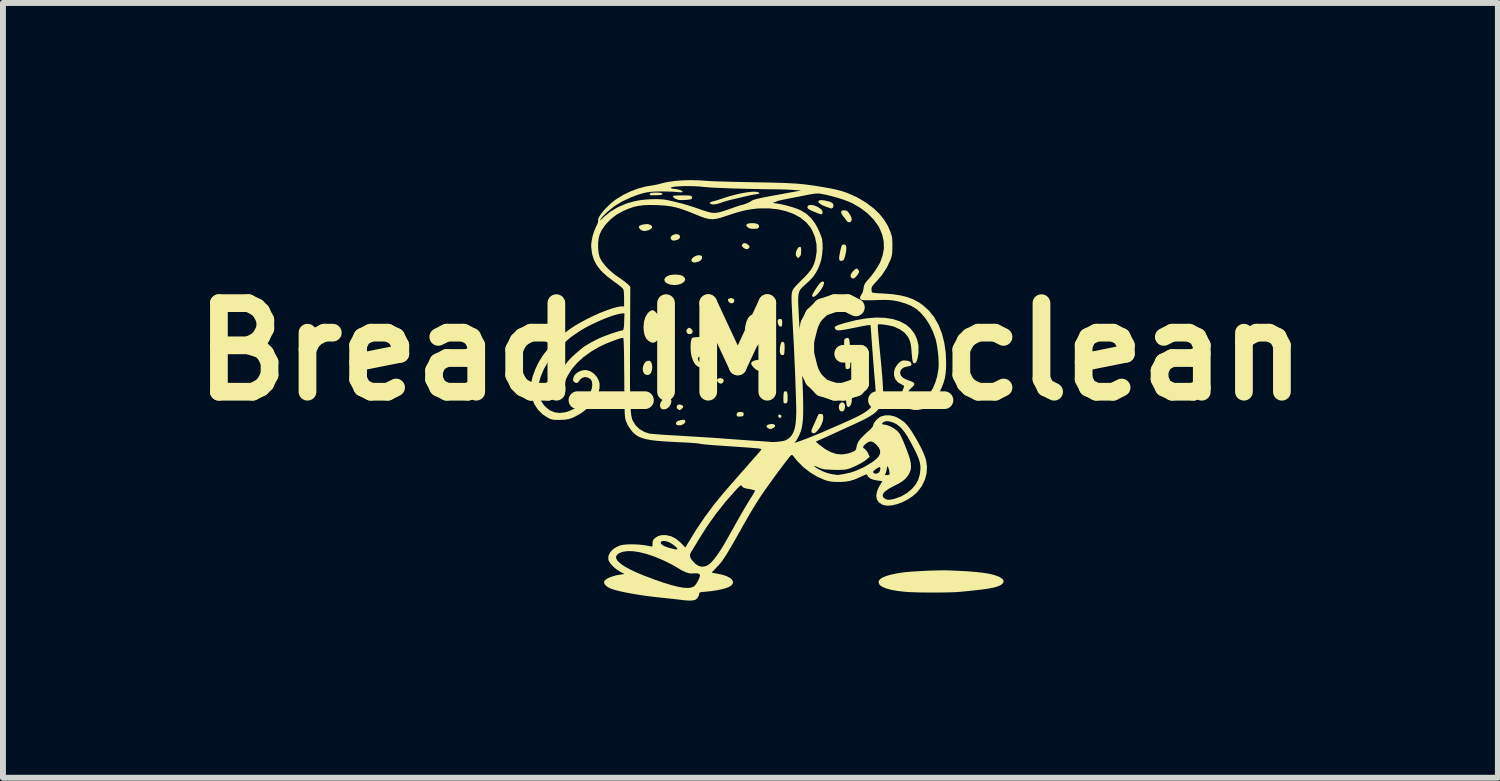
<source format=kicad_pcb>
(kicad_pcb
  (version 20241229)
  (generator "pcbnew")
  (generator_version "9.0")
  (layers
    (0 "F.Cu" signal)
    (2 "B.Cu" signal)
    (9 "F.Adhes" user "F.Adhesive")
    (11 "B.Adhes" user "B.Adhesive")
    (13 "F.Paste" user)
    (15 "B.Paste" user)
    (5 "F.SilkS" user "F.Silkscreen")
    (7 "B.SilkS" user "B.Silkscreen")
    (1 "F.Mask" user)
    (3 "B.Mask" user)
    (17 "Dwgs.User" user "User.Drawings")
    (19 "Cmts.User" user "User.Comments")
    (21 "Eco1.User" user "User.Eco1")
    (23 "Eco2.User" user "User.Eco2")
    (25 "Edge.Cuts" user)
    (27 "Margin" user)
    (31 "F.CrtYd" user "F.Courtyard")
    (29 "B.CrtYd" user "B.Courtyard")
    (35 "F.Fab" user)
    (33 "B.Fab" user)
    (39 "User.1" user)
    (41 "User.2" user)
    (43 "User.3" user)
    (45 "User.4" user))
  (footprint "Bread_IMG_clean"
    (layer "F.Cu")
    (at 9.657 2.905)
    (property "Reference" "Bread_IMG_clean" (at 0 0 0) (layer "F.SilkS") (effects (font (size 1.5 1.5) (thickness 0.3))))
    (attr board_only exclude_from_pos_files exclude_from_bom)
    (fp_poly (pts (xy 0.521 1.078) (xy 0.526 1.093) (xy 0.518 1.117) (xy 0.495 1.12) (xy 0.485 1.117) (xy 0.473 1.101) (xy 0.47 1.086) (xy 0.476 1.068) (xy 0.498 1.066)) (stroke (width 0) (type solid)) (fill yes) (layer "F.SilkS"))
    (fp_poly (pts (xy -0.299 -0.901) (xy -0.277 -0.884) (xy -0.272 -0.868) (xy -0.281 -0.837) (xy -0.305 -0.82) (xy -0.335 -0.82) (xy -0.363 -0.839) (xy -0.381 -0.867) (xy -0.377 -0.889) (xy -0.359 -0.902) (xy -0.33 -0.908)) (stroke (width 0) (type solid)) (fill yes) (layer "F.SilkS"))
    (fp_poly (pts (xy -0.49 0.45) (xy -0.46 0.466) (xy -0.451 0.492) (xy -0.465 0.521) (xy -0.465 0.521) (xy -0.491 0.541) (xy -0.517 0.539) (xy -0.545 0.521) (xy -0.564 0.495) (xy -0.563 0.471) (xy -0.544 0.453) (xy -0.513 0.447)) (stroke (width 0) (type solid)) (fill yes) (layer "F.SilkS"))
    (fp_poly (pts (xy -1.214 -1.983) (xy -1.194 -1.962) (xy -1.192 -1.936) (xy -1.209 -1.91) (xy -1.239 -1.893) (xy -1.286 -1.881) (xy -1.319 -1.884) (xy -1.341 -1.899) (xy -1.353 -1.924) (xy -1.344 -1.95) (xy -1.32 -1.972) (xy -1.283 -1.987) (xy -1.251 -1.991)) (stroke (width 0) (type solid)) (fill yes) (layer "F.SilkS"))
    (fp_poly (pts (xy 0.401 1.231) (xy 0.418 1.247) (xy 0.413 1.27) (xy 0.396 1.288) (xy 0.357 1.308) (xy 0.318 1.307) (xy 0.291 1.291) (xy 0.276 1.271) (xy 0.272 1.261) (xy 0.283 1.245) (xy 0.312 1.232) (xy 0.351 1.225) (xy 0.364 1.224)) (stroke (width 0) (type solid)) (fill yes) (layer "F.SilkS"))
    (fp_poly (pts (xy -1.157 0.907) (xy -1.139 0.925) (xy -1.138 0.933) (xy -1.147 0.951) (xy -1.168 0.972) (xy -1.19 0.987) (xy -1.199 0.989) (xy -1.214 0.983) (xy -1.227 0.976) (xy -1.246 0.954) (xy -1.248 0.926) (xy -1.234 0.903) (xy -1.219 0.896) (xy -1.187 0.895)) (stroke (width 0) (type solid)) (fill yes) (layer "F.SilkS"))
    (fp_poly (pts (xy -1.114 1.156) (xy -1.108 1.161) (xy -1.102 1.188) (xy -1.117 1.213) (xy -1.145 1.233) (xy -1.182 1.246) (xy -1.221 1.247) (xy -1.246 1.241) (xy -1.261 1.225) (xy -1.259 1.202) (xy -1.241 1.181) (xy -1.227 1.173) (xy -1.181 1.159) (xy -1.141 1.153)) (stroke (width 0) (type solid)) (fill yes) (layer "F.SilkS"))
    (fp_poly (pts (xy -0.149 1.022) (xy -0.122 1.031) (xy -0.113 1.046) (xy -0.114 1.062) (xy -0.119 1.083) (xy -0.135 1.094) (xy -0.167 1.098) (xy -0.201 1.098) (xy -0.223 1.095) (xy -0.226 1.093) (xy -0.235 1.069) (xy -0.227 1.042) (xy -0.211 1.027) (xy -0.182 1.02)) (stroke (width 0) (type solid)) (fill yes) (layer "F.SilkS"))
    (fp_poly (pts (xy -0.044 -1.815) (xy -0.042 -1.813) (xy -0.019 -1.79) (xy -0.014 -1.773) (xy -0.02 -1.76) (xy -0.045 -1.738) (xy -0.079 -1.737) (xy -0.116 -1.758) (xy -0.119 -1.761) (xy -0.142 -1.784) (xy -0.146 -1.801) (xy -0.141 -1.814) (xy -0.116 -1.836) (xy -0.082 -1.837)) (stroke (width 0) (type solid)) (fill yes) (layer "F.SilkS"))
    (fp_poly (pts (xy 0.525 -0.55) (xy 0.534 -0.538) (xy 0.538 -0.513) (xy 0.538 -0.489) (xy 0.536 -0.449) (xy 0.528 -0.429) (xy 0.518 -0.423) (xy 0.494 -0.428) (xy 0.486 -0.435) (xy 0.466 -0.474) (xy 0.461 -0.516) (xy 0.464 -0.532) (xy 0.478 -0.552) (xy 0.505 -0.554)) (stroke (width 0) (type solid)) (fill yes) (layer "F.SilkS"))
    (fp_poly (pts (xy 1.568 0.859) (xy 1.59 0.877) (xy 1.601 0.908) (xy 1.601 0.944) (xy 1.592 0.979) (xy 1.574 1.005) (xy 1.551 1.014) (xy 1.523 1.005) (xy 1.509 0.99) (xy 1.497 0.951) (xy 1.5 0.912) (xy 1.514 0.88) (xy 1.538 0.86) (xy 1.567 0.858)) (stroke (width 0) (type solid)) (fill yes) (layer "F.SilkS"))
    (fp_poly (pts (xy -1.008 -0.391) (xy -0.984 -0.367) (xy -0.979 -0.337) (xy -0.979 -0.336) (xy -0.987 -0.312) (xy -1.006 -0.302) (xy -1.023 -0.299) (xy -1.054 -0.3) (xy -1.071 -0.315) (xy -1.078 -0.327) (xy -1.086 -0.354) (xy -1.078 -0.374) (xy -1.067 -0.386) (xy -1.047 -0.403) (xy -1.031 -0.404)) (stroke (width 0) (type solid)) (fill yes) (layer "F.SilkS"))
    (fp_poly (pts (xy 0.849 -1.772) (xy 0.856 -1.76) (xy 0.859 -1.732) (xy 0.859 -1.703) (xy 0.857 -1.657) (xy 0.848 -1.626) (xy 0.833 -1.607) (xy 0.814 -1.59) (xy 0.8 -1.59) (xy 0.787 -1.601) (xy 0.769 -1.636) (xy 0.771 -1.682) (xy 0.788 -1.731) (xy 0.812 -1.764) (xy 0.835 -1.775)) (stroke (width 0) (type solid)) (fill yes) (layer "F.SilkS"))
    (fp_poly (pts (xy -1.707 0.154) (xy -1.683 0.174) (xy -1.668 0.21) (xy -1.662 0.256) (xy -1.666 0.306) (xy -1.681 0.352) (xy -1.689 0.368) (xy -1.716 0.39) (xy -1.752 0.395) (xy -1.786 0.383) (xy -1.797 0.373) (xy -1.818 0.336) (xy -1.824 0.292) (xy -1.817 0.247) (xy -1.8 0.205) (xy -1.774 0.172) (xy -1.742 0.154)) (stroke (width 0) (type solid)) (fill yes) (layer "F.SilkS"))
    (fp_poly (pts (xy -1.57 -2.693) (xy -1.525 -2.69) (xy -1.499 -2.684) (xy -1.49 -2.674) (xy -1.49 -2.671) (xy -1.495 -2.662) (xy -1.512 -2.655) (xy -1.546 -2.651) (xy -1.598 -2.649) (xy -1.651 -2.648) (xy -1.684 -2.649) (xy -1.701 -2.654) (xy -1.706 -2.662) (xy -1.707 -2.664) (xy -1.698 -2.681) (xy -1.67 -2.691) (xy -1.621 -2.694)) (stroke (width 0) (type solid)) (fill yes) (layer "F.SilkS"))
    (fp_poly (pts (xy -1.365 0.789) (xy -1.355 0.796) (xy -1.34 0.82) (xy -1.34 0.857) (xy -1.354 0.898) (xy -1.38 0.936) (xy -1.385 0.942) (xy -1.421 0.967) (xy -1.46 0.978) (xy -1.496 0.974) (xy -1.52 0.955) (xy -1.521 0.953) (xy -1.533 0.907) (xy -1.52 0.859) (xy -1.495 0.823) (xy -1.453 0.789) (xy -1.409 0.778)) (stroke (width 0) (type solid)) (fill yes) (layer "F.SilkS"))
    (fp_poly (pts (xy -0.827 -1.622) (xy -0.82 -1.613) (xy -0.819 -1.58) (xy -0.839 -1.549) (xy -0.874 -1.526) (xy -0.887 -1.522) (xy -0.933 -1.511) (xy -0.963 -1.51) (xy -0.983 -1.52) (xy -0.987 -1.524) (xy -1 -1.546) (xy -0.994 -1.569) (xy -0.966 -1.599) (xy -0.964 -1.6) (xy -0.929 -1.621) (xy -0.89 -1.632) (xy -0.853 -1.633)) (stroke (width 0) (type solid)) (fill yes) (layer "F.SilkS"))
    (fp_poly (pts (xy 0.088 -2.172) (xy 0.117 -2.164) (xy 0.142 -2.145) (xy 0.147 -2.117) (xy 0.134 -2.092) (xy 0.111 -2.083) (xy 0.073 -2.08) (xy 0.027 -2.081) (xy -0.008 -2.086) (xy -0.037 -2.099) (xy -0.056 -2.115) (xy -0.07 -2.136) (xy -0.065 -2.153) (xy -0.062 -2.158) (xy -0.04 -2.169) (xy -0.002 -2.175) (xy 0.044 -2.176)) (stroke (width 0) (type solid)) (fill yes) (layer "F.SilkS"))
    (fp_poly (pts (xy 1.805 -1.405) (xy 1.822 -1.391) (xy 1.823 -1.39) (xy 1.839 -1.368) (xy 1.839 -1.345) (xy 1.822 -1.313) (xy 1.812 -1.299) (xy 1.777 -1.258) (xy 1.748 -1.239) (xy 1.724 -1.241) (xy 1.709 -1.251) (xy 1.695 -1.281) (xy 1.704 -1.318) (xy 1.735 -1.36) (xy 1.74 -1.364) (xy 1.77 -1.394) (xy 1.79 -1.407)) (stroke (width 0) (type solid)) (fill yes) (layer "F.SilkS"))
    (fp_poly (pts (xy 0.563 -0.16) (xy 0.573 -0.146) (xy 0.578 -0.121) (xy 0.579 -0.079) (xy 0.579 -0.044) (xy 0.576 0.005) (xy 0.573 0.036) (xy 0.566 0.051) (xy 0.556 0.058) (xy 0.548 0.059) (xy 0.52 0.053) (xy 0.507 0.036) (xy 0.498 0.001) (xy 0.499 -0.056) (xy 0.5 -0.069) (xy 0.51 -0.126) (xy 0.525 -0.159) (xy 0.545 -0.169)) (stroke (width 0) (type solid)) (fill yes) (layer "F.SilkS"))
    (fp_poly (pts (xy 0.61 0.674) (xy 0.62 0.682) (xy 0.626 0.704) (xy 0.629 0.741) (xy 0.63 0.785) (xy 0.629 0.826) (xy 0.624 0.856) (xy 0.623 0.858) (xy 0.607 0.874) (xy 0.583 0.877) (xy 0.564 0.866) (xy 0.562 0.861) (xy 0.559 0.841) (xy 0.558 0.804) (xy 0.559 0.759) (xy 0.562 0.713) (xy 0.567 0.687) (xy 0.576 0.674) (xy 0.586 0.67)) (stroke (width 0) (type solid)) (fill yes) (layer "F.SilkS"))
    (fp_poly (pts (xy 1.044 -2.484) (xy 1.095 -2.471) (xy 1.136 -2.453) (xy 1.186 -2.421) (xy 1.216 -2.388) (xy 1.223 -2.354) (xy 1.22 -2.344) (xy 1.212 -2.331) (xy 1.198 -2.327) (xy 1.174 -2.332) (xy 1.134 -2.346) (xy 1.101 -2.36) (xy 1.041 -2.385) (xy 1.002 -2.405) (xy 0.978 -2.42) (xy 0.967 -2.435) (xy 0.965 -2.448) (xy 0.975 -2.472) (xy 1.002 -2.484)) (stroke (width 0) (type solid)) (fill yes) (layer "F.SilkS"))
    (fp_poly (pts (xy -1.732 -2.159) (xy -1.689 -2.145) (xy -1.667 -2.124) (xy -1.667 -2.099) (xy -1.688 -2.075) (xy -1.73 -2.056) (xy -1.736 -2.054) (xy -1.77 -2.046) (xy -1.792 -2.042) (xy -1.795 -2.042) (xy -1.809 -2.046) (xy -1.826 -2.049) (xy -1.856 -2.062) (xy -1.879 -2.086) (xy -1.889 -2.111) (xy -1.888 -2.12) (xy -1.871 -2.136) (xy -1.837 -2.149) (xy -1.794 -2.158) (xy -1.751 -2.161)) (stroke (width 0) (type solid)) (fill yes) (layer "F.SilkS"))
    (fp_poly (pts (xy -1.195 -1.299) (xy -1.152 -1.285) (xy -1.142 -1.279) (xy -1.111 -1.248) (xy -1.104 -1.218) (xy -1.121 -1.186) (xy -1.125 -1.181) (xy -1.168 -1.152) (xy -1.226 -1.134) (xy -1.292 -1.128) (xy -1.36 -1.137) (xy -1.373 -1.14) (xy -1.422 -1.161) (xy -1.45 -1.189) (xy -1.458 -1.221) (xy -1.443 -1.253) (xy -1.411 -1.278) (xy -1.367 -1.295) (xy -1.311 -1.304) (xy -1.251 -1.305)) (stroke (width 0) (type solid)) (fill yes) (layer "F.SilkS"))
    (fp_poly (pts (xy 1.255 -2.561) (xy 1.267 -2.558) (xy 1.329 -2.544) (xy 1.37 -2.528) (xy 1.395 -2.51) (xy 1.405 -2.49) (xy 1.405 -2.462) (xy 1.394 -2.437) (xy 1.377 -2.424) (xy 1.374 -2.424) (xy 1.359 -2.428) (xy 1.328 -2.438) (xy 1.286 -2.452) (xy 1.283 -2.453) (xy 1.222 -2.478) (xy 1.179 -2.503) (xy 1.155 -2.527) (xy 1.15 -2.547) (xy 1.165 -2.561) (xy 1.2 -2.566)) (stroke (width 0) (type solid)) (fill yes) (layer "F.SilkS"))
    (fp_poly (pts (xy 1.242 -1.185) (xy 1.248 -1.172) (xy 1.244 -1.149) (xy 1.23 -1.109) (xy 1.204 -1.063) (xy 1.171 -1.017) (xy 1.135 -0.975) (xy 1.1 -0.944) (xy 1.071 -0.928) (xy 1.064 -0.927) (xy 1.048 -0.937) (xy 1.044 -0.945) (xy 1.048 -0.961) (xy 1.063 -0.993) (xy 1.088 -1.035) (xy 1.113 -1.074) (xy 1.149 -1.126) (xy 1.175 -1.159) (xy 1.195 -1.178) (xy 1.212 -1.186) (xy 1.221 -1.187)) (stroke (width 0) (type solid)) (fill yes) (layer "F.SilkS"))
    (fp_poly (pts (xy 1.601 -1.812) (xy 1.619 -1.795) (xy 1.624 -1.768) (xy 1.623 -1.726) (xy 1.616 -1.677) (xy 1.605 -1.627) (xy 1.592 -1.584) (xy 1.579 -1.556) (xy 1.574 -1.551) (xy 1.543 -1.535) (xy 1.519 -1.542) (xy 1.509 -1.551) (xy 1.503 -1.566) (xy 1.502 -1.592) (xy 1.508 -1.633) (xy 1.516 -1.678) (xy 1.527 -1.728) (xy 1.537 -1.77) (xy 1.546 -1.797) (xy 1.549 -1.802) (xy 1.573 -1.817)) (stroke (width 0) (type solid)) (fill yes) (layer "F.SilkS"))
    (fp_poly (pts (xy 1.621 -2.39) (xy 1.643 -2.378) (xy 1.665 -2.352) (xy 1.671 -2.343) (xy 1.694 -2.306) (xy 1.71 -2.27) (xy 1.713 -2.259) (xy 1.713 -2.222) (xy 1.697 -2.198) (xy 1.672 -2.19) (xy 1.643 -2.201) (xy 1.624 -2.223) (xy 1.602 -2.255) (xy 1.573 -2.291) (xy 1.567 -2.298) (xy 1.545 -2.332) (xy 1.536 -2.362) (xy 1.536 -2.366) (xy 1.543 -2.384) (xy 1.561 -2.391) (xy 1.588 -2.393)) (stroke (width 0) (type solid)) (fill yes) (layer "F.SilkS"))
    (fp_poly (pts (xy -1.092 -2.646) (xy -1.048 -2.645) (xy -1.02 -2.642) (xy -1.004 -2.637) (xy -0.995 -2.629) (xy -0.99 -2.619) (xy -0.987 -2.595) (xy -1 -2.583) (xy -1.03 -2.576) (xy -1.075 -2.571) (xy -1.127 -2.568) (xy -1.175 -2.567) (xy -1.213 -2.569) (xy -1.225 -2.571) (xy -1.274 -2.591) (xy -1.303 -2.612) (xy -1.311 -2.628) (xy -1.307 -2.636) (xy -1.293 -2.641) (xy -1.264 -2.644) (xy -1.219 -2.646) (xy -1.156 -2.646)) (stroke (width 0) (type solid)) (fill yes) (layer "F.SilkS"))
    (fp_poly (pts (xy 0.2 0.138) (xy 0.248 0.148) (xy 0.271 0.158) (xy 0.307 0.182) (xy 0.336 0.21) (xy 0.338 0.213) (xy 0.354 0.237) (xy 0.354 0.255) (xy 0.341 0.278) (xy 0.305 0.312) (xy 0.253 0.33) (xy 0.188 0.332) (xy 0.128 0.32) (xy 0.094 0.303) (xy 0.06 0.274) (xy 0.031 0.24) (xy 0.014 0.208) (xy 0.012 0.197) (xy 0.024 0.173) (xy 0.054 0.155) (xy 0.097 0.143) (xy 0.147 0.137)) (stroke (width 0) (type solid)) (fill yes) (layer "F.SilkS"))
    (fp_poly (pts (xy 1.192 1.054) (xy 1.217 1.058) (xy 1.228 1.071) (xy 1.233 1.098) (xy 1.234 1.109) (xy 1.229 1.163) (xy 1.208 1.225) (xy 1.175 1.286) (xy 1.133 1.341) (xy 1.132 1.342) (xy 1.097 1.374) (xy 1.069 1.384) (xy 1.045 1.373) (xy 1.038 1.366) (xy 1.033 1.353) (xy 1.034 1.334) (xy 1.044 1.304) (xy 1.064 1.258) (xy 1.073 1.239) (xy 1.096 1.187) (xy 1.118 1.139) (xy 1.134 1.102) (xy 1.138 1.091) (xy 1.152 1.063) (xy 1.17 1.053)) (stroke (width 0) (type solid)) (fill yes) (layer "F.SilkS"))
    (fp_poly (pts (xy 0.077 -0.628) (xy 0.119 -0.604) (xy 0.128 -0.595) (xy 0.162 -0.544) (xy 0.185 -0.477) (xy 0.196 -0.401) (xy 0.197 -0.32) (xy 0.186 -0.243) (xy 0.165 -0.173) (xy 0.132 -0.119) (xy 0.124 -0.109) (xy 0.088 -0.082) (xy 0.054 -0.077) (xy 0.012 -0.092) (xy 0.01 -0.093) (xy -0.031 -0.13) (xy -0.064 -0.188) (xy -0.086 -0.267) (xy -0.086 -0.271) (xy -0.094 -0.345) (xy -0.09 -0.417) (xy -0.071 -0.496) (xy -0.067 -0.509) (xy -0.04 -0.569) (xy -0.005 -0.61) (xy 0.035 -0.63)) (stroke (width 0) (type solid)) (fill yes) (layer "F.SilkS"))
    (fp_poly (pts (xy 1.677 0.537) (xy 1.691 0.555) (xy 1.702 0.588) (xy 1.709 0.64) (xy 1.715 0.714) (xy 1.715 0.714) (xy 1.717 0.78) (xy 1.717 0.827) (xy 1.712 0.862) (xy 1.704 0.89) (xy 1.703 0.893) (xy 1.682 0.927) (xy 1.661 0.939) (xy 1.64 0.927) (xy 1.633 0.917) (xy 1.628 0.896) (xy 1.623 0.857) (xy 1.617 0.803) (xy 1.613 0.741) (xy 1.613 0.732) (xy 1.609 0.656) (xy 1.61 0.602) (xy 1.614 0.566) (xy 1.624 0.545) (xy 1.639 0.534) (xy 1.658 0.532)) (stroke (width 0) (type solid)) (fill yes) (layer "F.SilkS"))
    (fp_poly (pts (xy -1.616 -0.682) (xy -1.605 -0.671) (xy -1.572 -0.632) (xy -1.55 -0.594) (xy -1.537 -0.551) (xy -1.53 -0.496) (xy -1.527 -0.423) (xy -1.527 -0.414) (xy -1.53 -0.334) (xy -1.538 -0.274) (xy -1.552 -0.228) (xy -1.576 -0.193) (xy -1.6 -0.17) (xy -1.635 -0.152) (xy -1.672 -0.153) (xy -1.716 -0.176) (xy -1.721 -0.179) (xy -1.764 -0.221) (xy -1.792 -0.28) (xy -1.807 -0.358) (xy -1.81 -0.419) (xy -1.802 -0.508) (xy -1.779 -0.586) (xy -1.742 -0.648) (xy -1.716 -0.674) (xy -1.679 -0.699) (xy -1.648 -0.702)) (stroke (width 0) (type solid)) (fill yes) (layer "F.SilkS"))
    (fp_poly (pts (xy 1.661 -0.226) (xy 1.668 -0.218) (xy 1.675 -0.198) (xy 1.68 -0.159) (xy 1.685 -0.105) (xy 1.689 -0.042) (xy 1.691 0.027) (xy 1.693 0.096) (xy 1.693 0.161) (xy 1.691 0.215) (xy 1.688 0.256) (xy 1.683 0.277) (xy 1.682 0.278) (xy 1.659 0.293) (xy 1.633 0.296) (xy 1.615 0.287) (xy 1.612 0.272) (xy 1.609 0.236) (xy 1.605 0.183) (xy 1.6 0.118) (xy 1.596 0.044) (xy 1.595 0.036) (xy 1.591 -0.047) (xy 1.588 -0.108) (xy 1.587 -0.152) (xy 1.588 -0.182) (xy 1.59 -0.201) (xy 1.595 -0.212) (xy 1.603 -0.219) (xy 1.603 -0.219) (xy 1.635 -0.234)) (stroke (width 0) (type solid)) (fill yes) (layer "F.SilkS"))
    (fp_poly (pts (xy 0.115 -2.705) (xy 0.143 -2.694) (xy 0.144 -2.693) (xy 0.152 -2.682) (xy 0.147 -2.675) (xy 0.124 -2.67) (xy 0.097 -2.666) (xy 0.056 -2.659) (xy 0.000243 -2.649) (xy -0.062 -2.635) (xy -0.099 -2.627) (xy -0.166 -2.61) (xy -0.238 -2.594) (xy -0.303 -2.578) (xy -0.328 -2.573) (xy -0.384 -2.558) (xy -0.441 -2.542) (xy -0.486 -2.527) (xy -0.488 -2.525) (xy -0.567 -2.5) (xy -0.628 -2.492) (xy -0.668 -2.5) (xy -0.689 -2.51) (xy -0.689 -2.518) (xy -0.675 -2.53) (xy -0.647 -2.544) (xy -0.63 -2.547) (xy -0.611 -2.551) (xy -0.574 -2.562) (xy -0.523 -2.578) (xy -0.464 -2.597) (xy -0.447 -2.603) (xy -0.351 -2.633) (xy -0.254 -2.659) (xy -0.161 -2.68) (xy -0.074 -2.696) (xy 0.003 -2.706) (xy 0.067 -2.709)) (stroke (width 0) (type solid)) (fill yes) (layer "F.SilkS"))
    (fp_poly (pts (xy -0.727 -0.247) (xy -0.678 -0.246) (xy -0.645 -0.244) (xy -0.624 -0.239) (xy -0.612 -0.233) (xy -0.602 -0.223) (xy -0.6 -0.22) (xy -0.586 -0.179) (xy -0.583 -0.121) (xy -0.592 -0.046) (xy -0.604 0.006) (xy -0.632 0.095) (xy -0.665 0.164) (xy -0.706 0.217) (xy -0.723 0.233) (xy -0.775 0.264) (xy -0.829 0.272) (xy -0.883 0.256) (xy -0.895 0.249) (xy -0.935 0.214) (xy -0.966 0.165) (xy -0.983 0.12) (xy -0.89 0.12) (xy -0.88 0.156) (xy -0.855 0.179) (xy -0.82 0.188) (xy -0.782 0.182) (xy -0.748 0.159) (xy -0.743 0.153) (xy -0.718 0.113) (xy -0.708 0.077) (xy -0.714 0.052) (xy -0.719 0.048) (xy -0.75 0.039) (xy -0.789 0.043) (xy -0.83 0.058) (xy -0.865 0.08) (xy -0.887 0.106) (xy -0.89 0.12) (xy -0.983 0.12) (xy -0.991 0.098) (xy -0.996 0.08) (xy -1.006 0.029) (xy -1.012 -0.031) (xy -1.013 -0.093) (xy -1.01 -0.15) (xy -1.003 -0.196) (xy -0.992 -0.225) (xy -0.991 -0.227) (xy -0.981 -0.235) (xy -0.963 -0.241) (xy -0.934 -0.245) (xy -0.89 -0.247) (xy -0.827 -0.247) (xy -0.797 -0.247)) (stroke (width 0) (type solid)) (fill yes) (layer "F.SilkS"))
    (fp_poly (pts (xy 3.357 3.704) (xy 3.528 3.711) (xy 3.677 3.719) (xy 3.804 3.729) (xy 3.914 3.741) (xy 4.007 3.754) (xy 4.085 3.77) (xy 4.152 3.789) (xy 4.208 3.811) (xy 4.23 3.822) (xy 4.271 3.851) (xy 4.288 3.883) (xy 4.281 3.915) (xy 4.25 3.945) (xy 4.231 3.956) (xy 4.199 3.97) (xy 4.162 3.983) (xy 4.117 3.995) (xy 4.063 4.006) (xy 3.997 4.017) (xy 3.916 4.028) (xy 3.818 4.039) (xy 3.701 4.052) (xy 3.562 4.065) (xy 3.531 4.068) (xy 3.471 4.072) (xy 3.392 4.075) (xy 3.298 4.077) (xy 3.193 4.079) (xy 3.083 4.079) (xy 2.973 4.078) (xy 2.867 4.077) (xy 2.771 4.074) (xy 2.688 4.071) (xy 2.628 4.067) (xy 2.5 4.053) (xy 2.392 4.034) (xy 2.304 4.011) (xy 2.237 3.984) (xy 2.194 3.954) (xy 2.183 3.94) (xy 2.169 3.903) (xy 2.181 3.868) (xy 2.217 3.836) (xy 2.277 3.807) (xy 2.362 3.78) (xy 2.471 3.756) (xy 2.578 3.739) (xy 2.641 3.732) (xy 2.723 3.725) (xy 2.818 3.719) (xy 2.922 3.713) (xy 3.029 3.708) (xy 3.133 3.705) (xy 3.23 3.703) (xy 3.312 3.703)) (stroke (width 0) (type solid)) (fill yes) (layer "F.SilkS"))
    (fp_poly (pts (xy -0.866 -2.901) (xy -0.742 -2.893) (xy -0.704 -2.89) (xy -0.645 -2.887) (xy -0.566 -2.884) (xy -0.472 -2.881) (xy -0.364 -2.878) (xy -0.246 -2.875) (xy -0.121 -2.872) (xy 0.008 -2.87) (xy 0.043 -2.869) (xy 0.21 -2.866) (xy 0.354 -2.863) (xy 0.48 -2.86) (xy 0.59 -2.856) (xy 0.687 -2.851) (xy 0.775 -2.846) (xy 0.856 -2.839) (xy 0.933 -2.831) (xy 1.009 -2.821) (xy 1.088 -2.81) (xy 1.172 -2.796) (xy 1.224 -2.788) (xy 1.331 -2.769) (xy 1.418 -2.752) (xy 1.49 -2.735) (xy 1.554 -2.717) (xy 1.613 -2.697) (xy 1.657 -2.681) (xy 1.814 -2.61) (xy 1.958 -2.524) (xy 2.088 -2.426) (xy 2.183 -2.335) (xy 2.264 -2.235) (xy 2.327 -2.13) (xy 2.372 -2.026) (xy 2.386 -1.983) (xy 2.396 -1.945) (xy 2.401 -1.904) (xy 2.404 -1.854) (xy 2.404 -1.787) (xy 2.403 -1.718) (xy 2.4 -1.667) (xy 2.394 -1.627) (xy 2.384 -1.589) (xy 2.373 -1.558) (xy 2.309 -1.422) (xy 2.225 -1.294) (xy 2.141 -1.197) (xy 2.1 -1.153) (xy 2.073 -1.121) (xy 2.058 -1.097) (xy 2.051 -1.077) (xy 2.05 -1.057) (xy 2.053 -1.025) (xy 2.058 -1.004) (xy 2.058 -1.003) (xy 2.072 -0.999) (xy 2.106 -0.995) (xy 2.156 -0.99) (xy 2.217 -0.987) (xy 2.247 -0.985) (xy 2.402 -0.974) (xy 2.536 -0.954) (xy 2.655 -0.925) (xy 2.761 -0.884) (xy 2.857 -0.832) (xy 2.92 -0.788) (xy 3.023 -0.695) (xy 3.112 -0.583) (xy 3.186 -0.453) (xy 3.243 -0.307) (xy 3.284 -0.147) (xy 3.308 0.027) (xy 3.314 0.182) (xy 3.312 0.29) (xy 3.304 0.381) (xy 3.29 0.461) (xy 3.267 0.537) (xy 3.235 0.617) (xy 3.213 0.663) (xy 3.169 0.74) (xy 3.115 0.814) (xy 3.056 0.879) (xy 2.995 0.93) (xy 2.949 0.958) (xy 2.891 0.978) (xy 2.826 0.987) (xy 2.762 0.986) (xy 2.71 0.973) (xy 2.704 0.971) (xy 2.652 0.936) (xy 2.605 0.887) (xy 2.57 0.833) (xy 2.559 0.805) (xy 2.551 0.772) (xy 2.552 0.743) (xy 2.561 0.706) (xy 2.568 0.684) (xy 2.583 0.642) (xy 2.595 0.609) (xy 2.601 0.594) (xy 2.599 0.579) (xy 2.579 0.564) (xy 2.553 0.552) (xy 2.494 0.516) (xy 2.454 0.467) (xy 2.433 0.409) (xy 2.431 0.346) (xy 2.448 0.282) (xy 2.486 0.22) (xy 2.504 0.201) (xy 2.537 0.171) (xy 2.563 0.155) (xy 2.591 0.149) (xy 2.611 0.149) (xy 2.668 0.155) (xy 2.707 0.172) (xy 2.725 0.199) (xy 2.727 0.21) (xy 2.724 0.228) (xy 2.713 0.239) (xy 2.687 0.246) (xy 2.659 0.25) (xy 2.599 0.267) (xy 2.558 0.296) (xy 2.537 0.337) (xy 2.535 0.359) (xy 2.546 0.402) (xy 2.58 0.44) (xy 2.637 0.471) (xy 2.676 0.486) (xy 2.733 0.506) (xy 2.766 0.525) (xy 2.777 0.546) (xy 2.768 0.57) (xy 2.739 0.601) (xy 2.729 0.61) (xy 2.691 0.648) (xy 2.67 0.681) (xy 2.663 0.706) (xy 2.666 0.761) (xy 2.689 0.808) (xy 2.729 0.844) (xy 2.781 0.863) (xy 2.807 0.866) (xy 2.87 0.854) (xy 2.932 0.82) (xy 2.991 0.766) (xy 3.045 0.696) (xy 3.094 0.611) (xy 3.134 0.515) (xy 3.164 0.409) (xy 3.183 0.297) (xy 3.186 0.269) (xy 3.188 0.191) (xy 3.184 0.098) (xy 3.174 -0.002) (xy 3.16 -0.101) (xy 3.142 -0.189) (xy 3.133 -0.222) (xy 3.089 -0.343) (xy 3.032 -0.459) (xy 2.964 -0.564) (xy 2.888 -0.654) (xy 2.808 -0.725) (xy 2.798 -0.731) (xy 2.721 -0.776) (xy 2.628 -0.815) (xy 2.526 -0.846) (xy 2.455 -0.861) (xy 2.404 -0.869) (xy 2.351 -0.874) (xy 2.291 -0.876) (xy 2.219 -0.876) (xy 2.127 -0.873) (xy 2.124 -0.873) (xy 2.035 -0.87) (xy 1.967 -0.87) (xy 1.918 -0.872) (xy 1.886 -0.878) (xy 1.866 -0.887) (xy 1.857 -0.9) (xy 1.855 -0.914) (xy 1.862 -0.939) (xy 1.88 -0.968) (xy 1.88 -0.969) (xy 1.9 -1.004) (xy 1.912 -1.045) (xy 1.912 -1.048) (xy 1.92 -1.1) (xy 1.932 -1.138) (xy 1.95 -1.17) (xy 1.98 -1.206) (xy 1.996 -1.223) (xy 2.044 -1.279) (xy 2.096 -1.349) (xy 2.146 -1.423) (xy 2.186 -1.492) (xy 2.192 -1.502) (xy 2.205 -1.533) (xy 2.221 -1.578) (xy 2.238 -1.627) (xy 2.239 -1.631) (xy 2.26 -1.742) (xy 2.258 -1.858) (xy 2.234 -1.975) (xy 2.188 -2.089) (xy 2.163 -2.133) (xy 2.085 -2.24) (xy 1.985 -2.341) (xy 1.866 -2.432) (xy 1.73 -2.511) (xy 1.722 -2.515) (xy 1.654 -2.545) (xy 1.569 -2.576) (xy 1.473 -2.607) (xy 1.373 -2.634) (xy 1.275 -2.658) (xy 1.188 -2.674) (xy 1.173 -2.677) (xy 1.13 -2.678) (xy 1.071 -2.673) (xy 0.993 -2.66) (xy 0.963 -2.654) (xy 0.888 -2.639) (xy 0.801 -2.622) (xy 0.712 -2.605) (xy 0.637 -2.59) (xy 0.574 -2.578) (xy 0.519 -2.566) (xy 0.478 -2.557) (xy 0.455 -2.55) (xy 0.451 -2.548) (xy 0.431 -2.538) (xy 0.402 -2.528) (xy 0.385 -2.523) (xy 0.384 -2.519) (xy 0.403 -2.514) (xy 0.444 -2.509) (xy 0.445 -2.509) (xy 0.528 -2.495) (xy 0.619 -2.473) (xy 0.711 -2.447) (xy 0.795 -2.418) (xy 0.859 -2.39) (xy 0.952 -2.332) (xy 1.032 -2.256) (xy 1.101 -2.162) (xy 1.14 -2.09) (xy 1.167 -2.032) (xy 1.19 -1.975) (xy 1.208 -1.925) (xy 1.213 -1.904) (xy 1.222 -1.831) (xy 1.223 -1.744) (xy 1.215 -1.653) (xy 1.201 -1.565) (xy 1.182 -1.498) (xy 1.149 -1.412) (xy 1.111 -1.339) (xy 1.066 -1.273) (xy 1.008 -1.209) (xy 0.934 -1.14) (xy 0.919 -1.127) (xy 0.883 -1.095) (xy 0.855 -1.065) (xy 0.835 -1.035) (xy 0.821 -1) (xy 0.813 -0.957) (xy 0.809 -0.902) (xy 0.809 -0.832) (xy 0.813 -0.742) (xy 0.816 -0.684) (xy 0.821 -0.587) (xy 0.827 -0.475) (xy 0.834 -0.356) (xy 0.841 -0.242) (xy 0.847 -0.148) (xy 0.853 -0.064) (xy 0.858 0.039) (xy 0.865 0.155) (xy 0.871 0.277) (xy 0.877 0.402) (xy 0.882 0.521) (xy 0.884 0.556) (xy 0.89 0.714) (xy 0.893 0.85) (xy 0.894 0.965) (xy 0.893 1.063) (xy 0.889 1.146) (xy 0.882 1.215) (xy 0.873 1.275) (xy 0.86 1.326) (xy 0.854 1.346) (xy 0.833 1.4) (xy 0.807 1.454) (xy 0.781 1.499) (xy 0.757 1.531) (xy 0.749 1.537) (xy 0.748 1.542) (xy 0.767 1.538) (xy 0.803 1.526) (xy 0.853 1.509) (xy 0.914 1.486) (xy 0.983 1.46) (xy 1.057 1.43) (xy 1.133 1.399) (xy 1.208 1.368) (xy 1.268 1.342) (xy 1.334 1.313) (xy 1.414 1.278) (xy 1.499 1.241) (xy 1.581 1.205) (xy 1.608 1.193) (xy 1.727 1.14) (xy 1.825 1.092) (xy 1.904 1.049) (xy 1.966 1.008) (xy 2.015 0.969) (xy 2.051 0.929) (xy 2.079 0.887) (xy 2.083 0.879) (xy 2.1 0.841) (xy 2.112 0.804) (xy 2.119 0.764) (xy 2.122 0.715) (xy 2.12 0.654) (xy 2.114 0.575) (xy 2.11 0.522) (xy 2.1 0.415) (xy 2.09 0.287) (xy 2.078 0.14) (xy 2.066 -0.021) (xy 2.053 -0.194) (xy 2.043 -0.334) (xy 2.034 -0.451) (xy 1.991 -0.448) (xy 1.964 -0.444) (xy 1.918 -0.436) (xy 1.859 -0.425) (xy 1.792 -0.411) (xy 1.762 -0.405) (xy 1.667 -0.386) (xy 1.593 -0.372) (xy 1.537 -0.364) (xy 1.496 -0.361) (xy 1.468 -0.363) (xy 1.449 -0.371) (xy 1.438 -0.382) (xy 1.436 -0.384) (xy 1.428 -0.402) (xy 1.43 -0.417) (xy 1.445 -0.432) (xy 1.475 -0.446) (xy 1.523 -0.463) (xy 1.592 -0.484) (xy 1.607 -0.488) (xy 1.794 -0.535) (xy 1.97 -0.565) (xy 2.132 -0.578) (xy 2.28 -0.573) (xy 2.414 -0.552) (xy 2.531 -0.514) (xy 2.633 -0.459) (xy 2.709 -0.395) (xy 2.777 -0.308) (xy 2.822 -0.211) (xy 2.846 -0.104) (xy 2.846 0.011) (xy 2.844 0.033) (xy 2.832 0.105) (xy 2.818 0.155) (xy 2.801 0.185) (xy 2.788 0.194) (xy 2.77 0.196) (xy 2.756 0.185) (xy 2.746 0.159) (xy 2.739 0.114) (xy 2.733 0.047) (xy 2.731 0.032) (xy 2.725 -0.05) (xy 2.717 -0.114) (xy 2.706 -0.163) (xy 2.691 -0.205) (xy 2.67 -0.245) (xy 2.659 -0.263) (xy 2.607 -0.324) (xy 2.533 -0.377) (xy 2.441 -0.42) (xy 2.4 -0.432) (xy 2.35 -0.444) (xy 2.295 -0.453) (xy 2.243 -0.46) (xy 2.199 -0.464) (xy 2.17 -0.463) (xy 2.161 -0.46) (xy 2.158 -0.452) (xy 2.157 -0.435) (xy 2.158 -0.406) (xy 2.16 -0.364) (xy 2.165 -0.306) (xy 2.171 -0.23) (xy 2.18 -0.134) (xy 2.192 -0.016) (xy 2.194 0.006) (xy 2.21 0.168) (xy 2.223 0.308) (xy 2.233 0.426) (xy 2.24 0.527) (xy 2.245 0.611) (xy 2.247 0.681) (xy 2.246 0.739) (xy 2.243 0.786) (xy 2.238 0.825) (xy 2.23 0.858) (xy 2.219 0.887) (xy 2.217 0.891) (xy 2.192 0.941) (xy 2.16 0.985) (xy 2.119 1.026) (xy 2.067 1.067) (xy 2 1.108) (xy 1.916 1.153) (xy 1.811 1.203) (xy 1.804 1.206) (xy 1.74 1.236) (xy 1.662 1.271) (xy 1.576 1.311) (xy 1.486 1.352) (xy 1.397 1.393) (xy 1.313 1.431) (xy 1.239 1.464) (xy 1.18 1.491) (xy 1.15 1.504) (xy 1.107 1.524) (xy 1.156 1.567) (xy 1.259 1.645) (xy 1.358 1.7) (xy 1.455 1.732) (xy 1.551 1.74) (xy 1.649 1.725) (xy 1.713 1.704) (xy 1.753 1.687) (xy 1.776 1.672) (xy 1.788 1.654) (xy 1.794 1.628) (xy 1.795 1.624) (xy 1.804 1.581) (xy 1.818 1.544) (xy 1.839 1.507) (xy 1.87 1.468) (xy 1.914 1.423) (xy 1.972 1.368) (xy 2.026 1.321) (xy 2.054 1.292) (xy 2.073 1.265) (xy 2.078 1.252) (xy 2.084 1.228) (xy 2.23 1.228) (xy 2.253 1.233) (xy 2.256 1.234) (xy 2.304 1.241) (xy 2.362 1.262) (xy 2.42 1.292) (xy 2.468 1.327) (xy 2.469 1.328) (xy 2.493 1.349) (xy 2.512 1.371) (xy 2.531 1.396) (xy 2.549 1.429) (xy 2.569 1.472) (xy 2.594 1.53) (xy 2.625 1.606) (xy 2.64 1.645) (xy 2.678 1.744) (xy 2.703 1.826) (xy 2.717 1.894) (xy 2.72 1.952) (xy 2.713 2.002) (xy 2.699 2.043) (xy 2.668 2.1) (xy 2.628 2.149) (xy 2.576 2.193) (xy 2.507 2.236) (xy 2.443 2.268) (xy 2.355 2.314) (xy 2.292 2.357) (xy 2.253 2.396) (xy 2.238 2.431) (xy 2.248 2.463) (xy 2.26 2.476) (xy 2.292 2.498) (xy 2.326 2.508) (xy 2.37 2.506) (xy 2.43 2.494) (xy 2.442 2.491) (xy 2.553 2.451) (xy 2.657 2.39) (xy 2.734 2.325) (xy 2.797 2.251) (xy 2.84 2.174) (xy 2.867 2.084) (xy 2.872 2.053) (xy 2.879 1.989) (xy 2.878 1.93) (xy 2.867 1.869) (xy 2.846 1.803) (xy 2.813 1.726) (xy 2.774 1.646) (xy 2.713 1.531) (xy 2.659 1.436) (xy 2.609 1.361) (xy 2.561 1.302) (xy 2.514 1.257) (xy 2.466 1.223) (xy 2.417 1.2) (xy 2.353 1.181) (xy 2.304 1.176) (xy 2.266 1.187) (xy 2.253 1.194) (xy 2.23 1.215) (xy 2.23 1.228) (xy 2.084 1.228) (xy 2.087 1.22) (xy 2.112 1.181) (xy 2.146 1.143) (xy 2.184 1.112) (xy 2.205 1.1) (xy 2.282 1.078) (xy 2.365 1.078) (xy 2.449 1.099) (xy 2.482 1.113) (xy 2.533 1.142) (xy 2.584 1.177) (xy 2.613 1.2) (xy 2.652 1.242) (xy 2.698 1.301) (xy 2.747 1.375) (xy 2.797 1.458) (xy 2.846 1.545) (xy 2.892 1.632) (xy 2.93 1.715) (xy 2.959 1.788) (xy 2.974 1.836) (xy 2.99 1.949) (xy 2.983 2.063) (xy 2.953 2.173) (xy 2.902 2.277) (xy 2.83 2.371) (xy 2.812 2.39) (xy 2.739 2.453) (xy 2.656 2.507) (xy 2.569 2.551) (xy 2.48 2.583) (xy 2.394 2.603) (xy 2.316 2.608) (xy 2.25 2.597) (xy 2.231 2.589) (xy 2.176 2.552) (xy 2.142 2.503) (xy 2.131 2.444) (xy 2.141 2.375) (xy 2.173 2.296) (xy 2.193 2.261) (xy 2.235 2.192) (xy 2.159 2.183) (xy 2.085 2.169) (xy 2.029 2.147) (xy 1.994 2.117) (xy 1.988 2.106) (xy 1.978 2.09) (xy 2.278 2.09) (xy 2.313 2.09) (xy 2.341 2.086) (xy 2.355 2.079) (xy 2.357 2.061) (xy 2.353 2.03) (xy 2.345 1.995) (xy 2.335 1.963) (xy 2.326 1.944) (xy 2.323 1.941) (xy 2.314 1.952) (xy 2.312 1.969) (xy 2.307 1.999) (xy 2.297 2.037) (xy 2.295 2.044) (xy 2.278 2.09) (xy 1.978 2.09) (xy 1.975 2.085) (xy 1.966 2.078) (xy 1.952 2.082) (xy 1.92 2.095) (xy 1.878 2.114) (xy 1.854 2.126) (xy 1.767 2.163) (xy 1.69 2.187) (xy 1.613 2.201) (xy 1.527 2.206) (xy 1.484 2.206) (xy 1.415 2.204) (xy 1.36 2.199) (xy 1.311 2.189) (xy 1.259 2.173) (xy 1.135 2.119) (xy 1.012 2.045) (xy 0.896 1.955) (xy 0.876 1.934) (xy 1.079 1.934) (xy 1.084 1.944) (xy 1.107 1.961) (xy 1.142 1.983) (xy 1.185 2.006) (xy 1.229 2.027) (xy 1.252 2.037) (xy 1.306 2.056) (xy 1.364 2.071) (xy 1.394 2.076) (xy 1.434 2.082) (xy 1.463 2.087) (xy 1.473 2.088) (xy 1.488 2.087) (xy 1.521 2.082) (xy 1.566 2.075) (xy 1.587 2.071) (xy 1.693 2.048) (xy 1.734 2.034) (xy 2.078 2.034) (xy 2.087 2.055) (xy 2.111 2.066) (xy 2.141 2.064) (xy 2.17 2.05) (xy 2.182 2.038) (xy 2.195 2.01) (xy 2.201 1.981) (xy 2.197 1.96) (xy 2.189 1.954) (xy 2.169 1.961) (xy 2.14 1.978) (xy 2.11 1.999) (xy 2.087 2.02) (xy 2.078 2.034) (xy 1.734 2.034) (xy 1.795 2.013) (xy 1.9 1.965) (xy 1.971 1.927) (xy 2.062 1.871) (xy 2.13 1.819) (xy 2.174 1.77) (xy 2.196 1.722) (xy 2.196 1.674) (xy 2.174 1.625) (xy 2.133 1.576) (xy 2.086 1.536) (xy 2.043 1.52) (xy 2.002 1.527) (xy 1.958 1.556) (xy 1.95 1.563) (xy 1.919 1.594) (xy 1.907 1.614) (xy 1.913 1.63) (xy 1.934 1.644) (xy 1.956 1.664) (xy 1.98 1.698) (xy 1.992 1.72) (xy 2.02 1.781) (xy 1.971 1.823) (xy 1.928 1.855) (xy 1.868 1.891) (xy 1.8 1.926) (xy 1.731 1.958) (xy 1.669 1.982) (xy 1.631 1.992) (xy 1.584 1.999) (xy 1.517 2.002) (xy 1.435 2.002) (xy 1.396 2.001) (xy 1.325 1.997) (xy 1.273 1.994) (xy 1.234 1.988) (xy 1.201 1.98) (xy 1.17 1.968) (xy 1.156 1.962) (xy 1.118 1.945) (xy 1.09 1.936) (xy 1.079 1.934) (xy 0.876 1.934) (xy 0.794 1.853) (xy 0.723 1.764) (xy 0.707 1.748) (xy 0.692 1.752) (xy 0.687 1.755) (xy 0.671 1.773) (xy 0.642 1.808) (xy 0.604 1.857) (xy 0.558 1.917) (xy 0.506 1.987) (xy 0.45 2.061) (xy 0.393 2.139) (xy 0.337 2.217) (xy 0.284 2.291) (xy 0.235 2.36) (xy 0.194 2.42) (xy 0.183 2.436) (xy 0.133 2.513) (xy 0.078 2.6) (xy 0.025 2.687) (xy -0.022 2.766) (xy -0.042 2.801) (xy -0.124 2.945) (xy -0.194 3.07) (xy -0.254 3.176) (xy -0.306 3.266) (xy -0.351 3.342) (xy -0.388 3.405) (xy -0.421 3.458) (xy -0.449 3.501) (xy -0.474 3.537) (xy -0.497 3.568) (xy -0.519 3.595) (xy -0.542 3.62) (xy -0.566 3.645) (xy -0.57 3.65) (xy -0.606 3.688) (xy -0.635 3.718) (xy -0.652 3.737) (xy -0.655 3.741) (xy -0.644 3.744) (xy -0.614 3.75) (xy -0.572 3.757) (xy -0.56 3.759) (xy -0.472 3.778) (xy -0.4 3.802) (xy -0.346 3.831) (xy -0.31 3.863) (xy -0.294 3.896) (xy -0.299 3.929) (xy -0.326 3.961) (xy -0.359 3.982) (xy -0.412 4.003) (xy -0.483 4.023) (xy -0.567 4.04) (xy -0.657 4.054) (xy -0.745 4.063) (xy -0.801 4.068) (xy -0.836 4.072) (xy -0.856 4.078) (xy -0.864 4.086) (xy -0.866 4.095) (xy -0.876 4.137) (xy -0.901 4.177) (xy -0.933 4.202) (xy -0.974 4.212) (xy -1.033 4.215) (xy -1.107 4.211) (xy -1.162 4.204) (xy -1.196 4.2) (xy -1.248 4.194) (xy -1.316 4.186) (xy -1.393 4.178) (xy -1.475 4.169) (xy -1.49 4.168) (xy -1.652 4.15) (xy -1.805 4.13) (xy -1.947 4.108) (xy -2.076 4.085) (xy -2.188 4.062) (xy -2.283 4.038) (xy -2.357 4.015) (xy -2.395 3.998) (xy -2.442 3.968) (xy -2.471 3.934) (xy -2.479 3.901) (xy -2.473 3.883) (xy -2.449 3.858) (xy -2.405 3.832) (xy -2.347 3.809) (xy -2.28 3.789) (xy -2.228 3.779) (xy -2.133 3.764) (xy -2.211 3.723) (xy -2.27 3.685) (xy -2.324 3.639) (xy -2.368 3.59) (xy -2.398 3.543) (xy -2.406 3.518) (xy -2.405 3.467) (xy -2.275 3.467) (xy -2.272 3.504) (xy -2.247 3.545) (xy -2.199 3.589) (xy -2.129 3.637) (xy -2.037 3.688) (xy -1.924 3.741) (xy -1.791 3.796) (xy -1.78 3.8) (xy -1.614 3.863) (xy -1.467 3.913) (xy -1.34 3.952) (xy -1.232 3.98) (xy -1.141 3.996) (xy -1.067 4.001) (xy -1.008 3.996) (xy -0.963 3.979) (xy -0.953 3.973) (xy -0.929 3.947) (xy -0.902 3.906) (xy -0.877 3.86) (xy -0.86 3.817) (xy -0.854 3.789) (xy -0.864 3.766) (xy -0.896 3.754) (xy -0.949 3.753) (xy -0.979 3.756) (xy -1.031 3.754) (xy -1.092 3.736) (xy -1.165 3.702) (xy -1.252 3.65) (xy -1.255 3.648) (xy -1.294 3.625) (xy -1.35 3.595) (xy -1.414 3.563) (xy -1.481 3.531) (xy -1.496 3.524) (xy -1.631 3.468) (xy -1.733 3.434) (xy -1.023 3.434) (xy -1.021 3.476) (xy -0.996 3.522) (xy -0.992 3.528) (xy -0.935 3.59) (xy -0.876 3.628) (xy -0.816 3.642) (xy -0.755 3.631) (xy -0.701 3.602) (xy -0.662 3.567) (xy -0.614 3.513) (xy -0.561 3.442) (xy -0.504 3.358) (xy -0.446 3.264) (xy -0.417 3.213) (xy -0.381 3.149) (xy -0.337 3.071) (xy -0.29 2.987) (xy -0.244 2.904) (xy -0.217 2.857) (xy -0.173 2.778) (xy -0.124 2.694) (xy -0.076 2.613) (xy -0.032 2.54) (xy -0.01 2.504) (xy 0.024 2.451) (xy 0.051 2.405) (xy 0.07 2.371) (xy 0.079 2.353) (xy 0.08 2.351) (xy 0.065 2.346) (xy 0.032 2.337) (xy -0.013 2.327) (xy -0.064 2.318) (xy -0.08 2.315) (xy -0.122 2.3) (xy -0.143 2.278) (xy -0.15 2.267) (xy -0.158 2.263) (xy -0.171 2.269) (xy -0.192 2.288) (xy -0.225 2.321) (xy -0.254 2.352) (xy -0.418 2.538) (xy -0.579 2.74) (xy -0.731 2.954) (xy -0.869 3.171) (xy -0.885 3.197) (xy -0.92 3.256) (xy -0.953 3.31) (xy -0.98 3.354) (xy -0.998 3.384) (xy -1.003 3.391) (xy -1.023 3.434) (xy -1.733 3.434) (xy -1.76 3.425) (xy -1.879 3.395) (xy -1.988 3.379) (xy -2.083 3.377) (xy -2.164 3.389) (xy -2.228 3.415) (xy -2.253 3.434) (xy -2.275 3.467) (xy -2.405 3.467) (xy -2.405 3.462) (xy -2.381 3.408) (xy -2.339 3.357) (xy -2.281 3.314) (xy -2.209 3.282) (xy -2.205 3.281) (xy -2.148 3.269) (xy -2.073 3.263) (xy -1.987 3.262) (xy -1.895 3.266) (xy -1.804 3.275) (xy -1.721 3.289) (xy -1.691 3.296) (xy -1.67 3.3) (xy -1.66 3.294) (xy -1.657 3.272) (xy -1.657 3.249) (xy -1.657 3.244) (xy -1.517 3.244) (xy -1.497 3.27) (xy -1.457 3.293) (xy -1.395 3.316) (xy -1.359 3.326) (xy -1.303 3.34) (xy -1.267 3.348) (xy -1.247 3.35) (xy -1.238 3.346) (xy -1.237 3.341) (xy -1.246 3.323) (xy -1.271 3.298) (xy -1.306 3.27) (xy -1.344 3.244) (xy -1.373 3.229) (xy -1.422 3.211) (xy -1.465 3.205) (xy -1.498 3.208) (xy -1.517 3.222) (xy -1.517 3.244) (xy -1.657 3.244) (xy -1.654 3.21) (xy -1.642 3.183) (xy -1.614 3.155) (xy -1.562 3.122) (xy -1.501 3.106) (xy -1.426 3.107) (xy -1.42 3.108) (xy -1.339 3.127) (xy -1.264 3.166) (xy -1.189 3.227) (xy -1.173 3.243) (xy -1.101 3.316) (xy -1.067 3.258) (xy -0.92 3.018) (xy -0.771 2.797) (xy -0.618 2.591) (xy -0.457 2.395) (xy -0.444 2.38) (xy -0.394 2.322) (xy -0.335 2.254) (xy -0.27 2.18) (xy -0.202 2.102) (xy -0.134 2.024) (xy -0.068 1.95) (xy -0.008 1.881) (xy 0.043 1.823) (xy 0.083 1.778) (xy 0.102 1.757) (xy 0.137 1.717) (xy 0.165 1.683) (xy 0.182 1.661) (xy 0.185 1.655) (xy 0.184 1.651) (xy 0.18 1.648) (xy 0.17 1.645) (xy 0.152 1.641) (xy 0.126 1.638) (xy 0.088 1.634) (xy 0.038 1.63) (xy -0.026 1.625) (xy -0.107 1.619) (xy -0.207 1.612) (xy -0.326 1.604) (xy -0.468 1.594) (xy -0.544 1.589) (xy -0.628 1.583) (xy -0.704 1.577) (xy -0.769 1.571) (xy -0.819 1.565) (xy -0.851 1.56) (xy -0.859 1.558) (xy -0.878 1.555) (xy -0.918 1.551) (xy -0.975 1.546) (xy -1.046 1.541) (xy -1.127 1.537) (xy -1.188 1.534) (xy -1.342 1.526) (xy -1.473 1.518) (xy -1.585 1.509) (xy -1.678 1.498) (xy -1.756 1.484) (xy -1.821 1.467) (xy -1.874 1.447) (xy -1.92 1.423) (xy -1.959 1.394) (xy -1.994 1.36) (xy -2.022 1.326) (xy -2.056 1.277) (xy -2.087 1.222) (xy -2.105 1.181) (xy -2.111 1.164) (xy -2.116 1.148) (xy -2.12 1.129) (xy -2.123 1.106) (xy -2.126 1.076) (xy -2.128 1.038) (xy -2.13 0.989) (xy -2.132 0.927) (xy -2.133 0.85) (xy -2.134 0.755) (xy -2.135 0.642) (xy -2.136 0.506) (xy -2.136 0.436) (xy -2.138 0.283) (xy -2.139 0.154) (xy -2.14 0.046) (xy -2.142 -0.042) (xy -2.144 -0.112) (xy -2.146 -0.164) (xy -2.148 -0.201) (xy -2.151 -0.223) (xy -2.154 -0.234) (xy -2.156 -0.235) (xy -2.185 -0.23) (xy -2.23 -0.217) (xy -2.289 -0.197) (xy -2.355 -0.172) (xy -2.423 -0.145) (xy -2.488 -0.116) (xy -2.544 -0.09) (xy -2.691 -0.006) (xy -2.822 0.088) (xy -2.935 0.191) (xy -3.028 0.3) (xy -3.097 0.412) (xy -3.125 0.472) (xy -3.139 0.521) (xy -3.142 0.568) (xy -3.135 0.621) (xy -3.135 0.621) (xy -3.133 0.667) (xy -3.147 0.695) (xy -3.173 0.704) (xy -3.206 0.692) (xy -3.23 0.671) (xy -3.261 0.622) (xy -3.272 0.561) (xy -3.263 0.488) (xy -3.235 0.402) (xy -3.207 0.341) (xy -3.172 0.277) (xy -3.134 0.218) (xy -3.088 0.16) (xy -3.033 0.101) (xy -2.963 0.036) (xy -2.878 -0.037) (xy -2.85 -0.06) (xy -2.816 -0.085) (xy -2.765 -0.117) (xy -2.705 -0.152) (xy -2.641 -0.186) (xy -2.581 -0.217) (xy -2.56 -0.227) (xy -2.513 -0.247) (xy -2.456 -0.269) (xy -2.392 -0.293) (xy -2.328 -0.315) (xy -2.269 -0.334) (xy -2.219 -0.349) (xy -2.184 -0.357) (xy -2.173 -0.359) (xy -2.16 -0.362) (xy -2.151 -0.375) (xy -2.145 -0.4) (xy -2.14 -0.442) (xy -2.138 -0.504) (xy -2.137 -0.532) (xy -2.133 -0.649) (xy -2.176 -0.647) (xy -2.233 -0.638) (xy -2.306 -0.618) (xy -2.392 -0.589) (xy -2.487 -0.552) (xy -2.586 -0.509) (xy -2.686 -0.462) (xy -2.782 -0.413) (xy -2.869 -0.363) (xy -2.875 -0.359) (xy -3.036 -0.249) (xy -3.181 -0.127) (xy -3.307 0.006) (xy -3.413 0.146) (xy -3.496 0.293) (xy -3.497 0.294) (xy -3.55 0.421) (xy -3.583 0.536) (xy -3.594 0.64) (xy -3.583 0.736) (xy -3.552 0.822) (xy -3.499 0.902) (xy -3.469 0.935) (xy -3.396 0.993) (xy -3.316 1.027) (xy -3.228 1.038) (xy -3.133 1.026) (xy -3.078 1.009) (xy -2.983 0.967) (xy -2.896 0.911) (xy -2.82 0.845) (xy -2.757 0.772) (xy -2.711 0.695) (xy -2.684 0.617) (xy -2.678 0.561) (xy -2.683 0.508) (xy -2.701 0.472) (xy -2.736 0.446) (xy -2.755 0.437) (xy -2.803 0.429) (xy -2.849 0.443) (xy -2.887 0.475) (xy -2.899 0.494) (xy -2.924 0.524) (xy -2.954 0.531) (xy -2.984 0.514) (xy -2.986 0.512) (xy -3.001 0.49) (xy -3.003 0.463) (xy -2.991 0.424) (xy -2.987 0.413) (xy -2.959 0.376) (xy -2.915 0.344) (xy -2.86 0.321) (xy -2.803 0.311) (xy -2.776 0.312) (xy -2.712 0.331) (xy -2.653 0.37) (xy -2.603 0.424) (xy -2.568 0.488) (xy -2.554 0.542) (xy -2.555 0.619) (xy -2.578 0.702) (xy -2.619 0.787) (xy -2.677 0.87) (xy -2.749 0.948) (xy -2.834 1.019) (xy -2.887 1.054) (xy -2.962 1.096) (xy -3.024 1.125) (xy -3.084 1.143) (xy -3.147 1.152) (xy -3.223 1.155) (xy -3.228 1.156) (xy -3.288 1.155) (xy -3.331 1.153) (xy -3.364 1.147) (xy -3.394 1.137) (xy -3.427 1.121) (xy -3.519 1.061) (xy -3.597 0.983) (xy -3.658 0.891) (xy -3.699 0.788) (xy -3.72 0.677) (xy -3.722 0.631) (xy -3.713 0.528) (xy -3.686 0.415) (xy -3.643 0.298) (xy -3.587 0.181) (xy -3.519 0.071) (xy -3.49 0.031) (xy -3.421 -0.054) (xy -3.336 -0.144) (xy -3.243 -0.233) (xy -3.148 -0.315) (xy -3.057 -0.383) (xy -3.054 -0.385) (xy -2.965 -0.444) (xy -2.865 -0.501) (xy -2.759 -0.557) (xy -2.651 -0.61) (xy -2.543 -0.658) (xy -2.44 -0.698) (xy -2.346 -0.731) (xy -2.263 -0.754) (xy -2.196 -0.766) (xy -2.174 -0.767) (xy -2.139 -0.767) (xy -2.139 -0.896) (xy -2.14 -0.953) (xy -2.143 -1.004) (xy -2.148 -1.041) (xy -2.151 -1.055) (xy -2.166 -1.075) (xy -2.2 -1.105) (xy -2.25 -1.144) (xy -2.314 -1.19) (xy -2.316 -1.192) (xy -2.433 -1.28) (xy -2.527 -1.368) (xy -2.598 -1.458) (xy -2.649 -1.553) (xy -2.681 -1.654) (xy -2.693 -1.752) (xy -2.579 -1.752) (xy -2.57 -1.668) (xy -2.552 -1.597) (xy -2.55 -1.593) (xy -2.515 -1.529) (xy -2.461 -1.459) (xy -2.392 -1.387) (xy -2.312 -1.317) (xy -2.227 -1.256) (xy -2.175 -1.22) (xy -2.128 -1.185) (xy -2.09 -1.155) (xy -2.071 -1.138) (xy -2.034 -1.099) (xy -2.038 -0.126) (xy -2.039 0.076) (xy -2.039 0.254) (xy -2.039 0.411) (xy -2.039 0.548) (xy -2.038 0.667) (xy -2.036 0.768) (xy -2.034 0.855) (xy -2.031 0.927) (xy -2.027 0.987) (xy -2.023 1.037) (xy -2.018 1.077) (xy -2.011 1.11) (xy -2.004 1.137) (xy -1.996 1.16) (xy -1.994 1.165) (xy -1.945 1.245) (xy -1.878 1.311) (xy -1.794 1.359) (xy -1.717 1.385) (xy -1.692 1.389) (xy -1.646 1.393) (xy -1.581 1.399) (xy -1.502 1.405) (xy -1.411 1.411) (xy -1.311 1.417) (xy -1.224 1.422) (xy -1.103 1.429) (xy -0.974 1.437) (xy -0.842 1.445) (xy -0.714 1.453) (xy -0.595 1.461) (xy -0.493 1.468) (xy -0.464 1.471) (xy -0.361 1.478) (xy -0.253 1.486) (xy -0.145 1.494) (xy -0.045 1.501) (xy 0.041 1.507) (xy 0.074 1.509) (xy 0.147 1.513) (xy 0.213 1.518) (xy 0.268 1.522) (xy 0.306 1.525) (xy 0.322 1.527) (xy 0.37 1.53) (xy 0.43 1.528) (xy 0.492 1.522) (xy 0.549 1.514) (xy 0.592 1.502) (xy 0.604 1.497) (xy 0.653 1.466) (xy 0.693 1.425) (xy 0.724 1.374) (xy 0.748 1.308) (xy 0.764 1.228) (xy 0.773 1.129) (xy 0.777 1.011) (xy 0.774 0.872) (xy 0.767 0.658) (xy 0.76 0.463) (xy 0.753 0.283) (xy 0.745 0.113) (xy 0.738 -0.054) (xy 0.729 -0.221) (xy 0.72 -0.394) (xy 0.716 -0.473) (xy 0.709 -0.598) (xy 0.704 -0.702) (xy 0.7 -0.785) (xy 0.697 -0.852) (xy 0.697 -0.903) (xy 0.697 -0.943) (xy 0.699 -0.973) (xy 0.702 -0.996) (xy 0.705 -1.011) (xy 0.713 -1.035) (xy 0.726 -1.06) (xy 0.747 -1.088) (xy 0.777 -1.122) (xy 0.821 -1.167) (xy 0.866 -1.212) (xy 0.934 -1.28) (xy 0.986 -1.338) (xy 1.025 -1.388) (xy 1.054 -1.436) (xy 1.077 -1.486) (xy 1.095 -1.543) (xy 1.102 -1.572) (xy 1.122 -1.694) (xy 1.119 -1.818) (xy 1.094 -1.937) (xy 1.049 -2.049) (xy 1.014 -2.108) (xy 0.94 -2.195) (xy 0.846 -2.27) (xy 0.735 -2.331) (xy 0.609 -2.377) (xy 0.469 -2.41) (xy 0.319 -2.426) (xy 0.159 -2.426) (xy 0.117 -2.424) (xy 0.022 -2.413) (xy -0.077 -2.396) (xy -0.184 -2.37) (xy -0.303 -2.334) (xy -0.414 -2.297) (xy -0.503 -2.268) (xy -0.575 -2.25) (xy -0.639 -2.243) (xy -0.701 -2.247) (xy -0.768 -2.263) (xy -0.845 -2.29) (xy -0.897 -2.311) (xy -1.01 -2.357) (xy -1.105 -2.393) (xy -1.187 -2.422) (xy -1.261 -2.443) (xy -1.332 -2.458) (xy -1.403 -2.469) (xy -1.481 -2.476) (xy -1.569 -2.481) (xy -1.592 -2.482) (xy -1.709 -2.484) (xy -1.807 -2.48) (xy -1.895 -2.469) (xy -1.976 -2.451) (xy -2.059 -2.423) (xy -2.149 -2.384) (xy -2.158 -2.38) (xy -2.268 -2.319) (xy -2.367 -2.242) (xy -2.451 -2.155) (xy -2.517 -2.06) (xy -2.55 -1.993) (xy -2.569 -1.923) (xy -2.579 -1.839) (xy -2.579 -1.752) (xy -2.693 -1.752) (xy -2.695 -1.765) (xy -2.696 -1.805) (xy -2.689 -1.876) (xy -2.672 -1.958) (xy -2.646 -2.041) (xy -2.614 -2.116) (xy -2.608 -2.128) (xy -2.59 -2.167) (xy -2.579 -2.199) (xy -2.579 -2.216) (xy -2.578 -2.228) (xy -2.546 -2.228) (xy -2.542 -2.226) (xy -2.531 -2.234) (xy -2.508 -2.255) (xy -2.477 -2.284) (xy -2.475 -2.286) (xy -2.368 -2.374) (xy -2.242 -2.448) (xy -2.099 -2.509) (xy -1.966 -2.547) (xy -1.877 -2.564) (xy -1.776 -2.576) (xy -1.671 -2.582) (xy -1.569 -2.583) (xy -1.476 -2.578) (xy -1.41 -2.568) (xy -1.294 -2.542) (xy -1.174 -2.512) (xy -1.058 -2.479) (xy -0.954 -2.446) (xy -0.909 -2.43) (xy -0.846 -2.408) (xy -0.782 -2.386) (xy -0.725 -2.369) (xy -0.702 -2.363) (xy -0.659 -2.353) (xy -0.619 -2.35) (xy -0.576 -2.352) (xy -0.527 -2.361) (xy -0.468 -2.377) (xy -0.393 -2.402) (xy -0.319 -2.428) (xy -0.259 -2.449) (xy -0.207 -2.467) (xy -0.167 -2.48) (xy -0.144 -2.485) (xy -0.142 -2.486) (xy -0.117 -2.491) (xy -0.08 -2.504) (xy -0.039 -2.522) (xy -0.002 -2.54) (xy 0.021 -2.554) (xy 0.021 -2.555) (xy 0.033 -2.563) (xy 0.053 -2.571) (xy 0.084 -2.58) (xy 0.127 -2.591) (xy 0.184 -2.604) (xy 0.257 -2.619) (xy 0.347 -2.636) (xy 0.457 -2.656) (xy 0.588 -2.68) (xy 0.741 -2.708) (xy 0.742 -2.708) (xy 0.859 -2.729) (xy 0.728 -2.738) (xy 0.658 -2.743) (xy 0.581 -2.746) (xy 0.511 -2.748) (xy 0.487 -2.749) (xy 0.347 -2.75) (xy 0.204 -2.752) (xy 0.059 -2.755) (xy -0.084 -2.758) (xy -0.222 -2.762) (xy -0.353 -2.766) (xy -0.474 -2.771) (xy -0.581 -2.775) (xy -0.673 -2.78) (xy -0.745 -2.785) (xy -0.794 -2.79) (xy -0.862 -2.797) (xy -0.935 -2.801) (xy -1.012 -2.803) (xy -1.088 -2.804) (xy -1.16 -2.802) (xy -1.225 -2.799) (xy -1.28 -2.794) (xy -1.321 -2.788) (xy -1.346 -2.78) (xy -1.35 -2.772) (xy -1.346 -2.769) (xy -1.32 -2.76) (xy -1.302 -2.758) (xy -1.259 -2.754) (xy -1.215 -2.745) (xy -1.178 -2.733) (xy -1.155 -2.72) (xy -1.15 -2.712) (xy -1.153 -2.702) (xy -1.166 -2.698) (xy -1.193 -2.699) (xy -1.24 -2.703) (xy -1.285 -2.707) (xy -1.348 -2.71) (xy -1.421 -2.712) (xy -1.497 -2.713) (xy -1.521 -2.713) (xy -1.615 -2.711) (xy -1.694 -2.706) (xy -1.764 -2.696) (xy -1.834 -2.679) (xy -1.911 -2.655) (xy -2.001 -2.621) (xy -2.016 -2.615) (xy -2.168 -2.546) (xy -2.301 -2.465) (xy -2.418 -2.371) (xy -2.427 -2.363) (xy -2.478 -2.313) (xy -2.516 -2.272) (xy -2.539 -2.243) (xy -2.546 -2.228) (xy -2.578 -2.228) (xy -2.578 -2.245) (xy -2.56 -2.286) (xy -2.527 -2.336) (xy -2.483 -2.391) (xy -2.429 -2.448) (xy -2.369 -2.505) (xy -2.305 -2.558) (xy -2.267 -2.585) (xy -2.153 -2.655) (xy -2.026 -2.716) (xy -1.894 -2.765) (xy -1.765 -2.799) (xy -1.676 -2.813) (xy -1.622 -2.822) (xy -1.561 -2.835) (xy -1.521 -2.846) (xy -1.418 -2.871) (xy -1.296 -2.889) (xy -1.16 -2.901) (xy -1.015 -2.905)) (stroke (width 0) (type solid)) (fill yes) (layer "F.SilkS")))
  (gr_rect
    (start -3 -3)
    (end 22.314 10.12)
    (stroke (width 0.1) (type default))
    (fill no)
    (layer "Edge.Cuts")))
</source>
